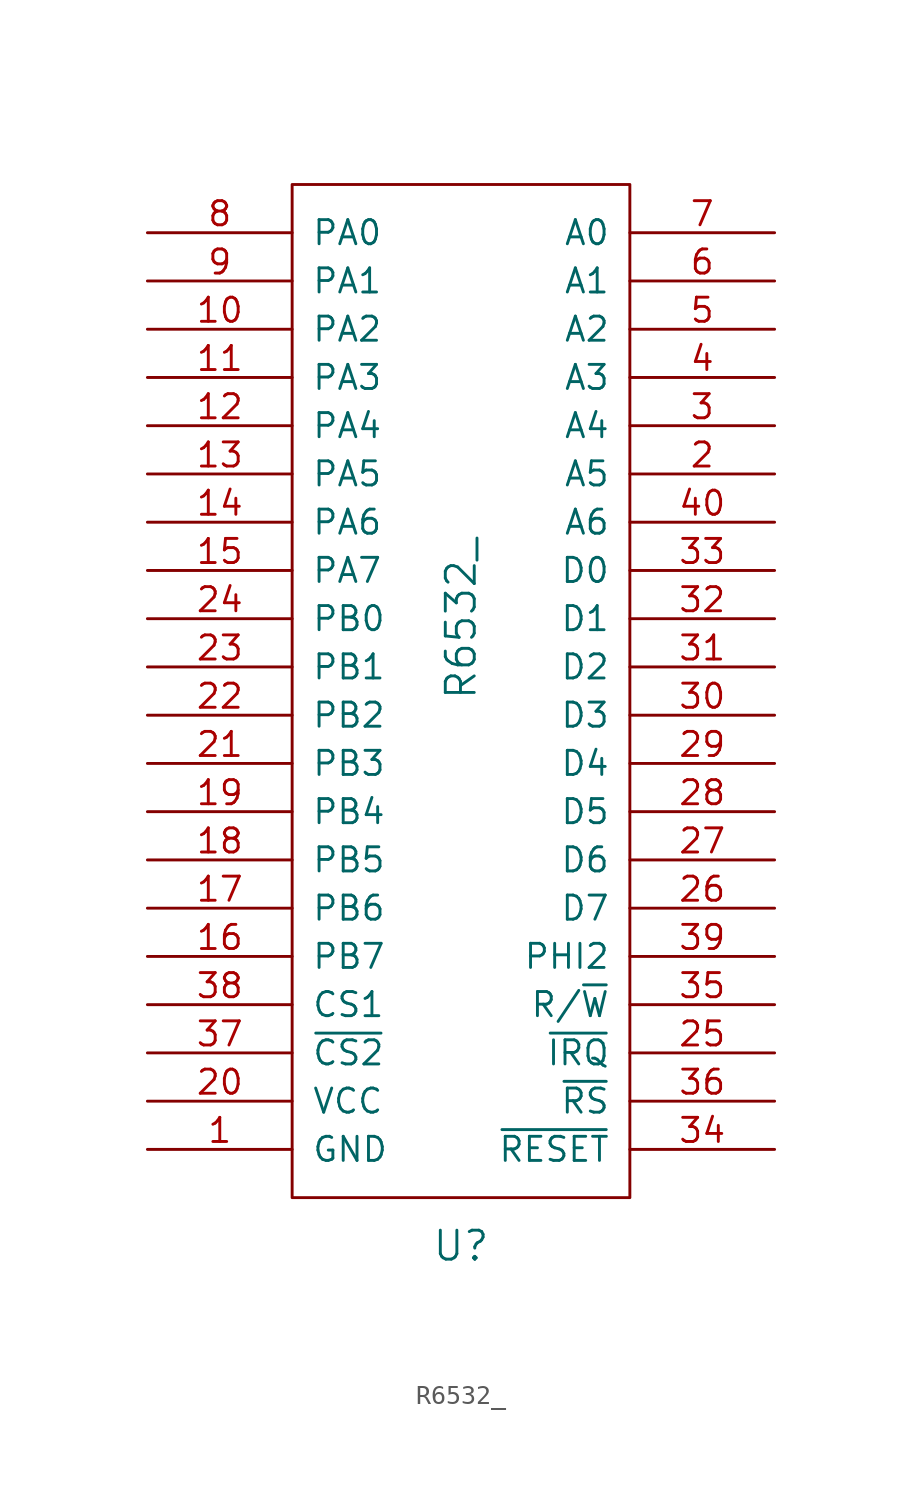
<source format=kicad_sym>
(kicad_symbol_lib
  (version 20211014)
  (generator kicad_symbol_editor)
  (symbol "R6532_"
    (pin_names
      (offset 1.016))
    (property "Reference" "U"
      (at 0 -29.21 0)
      (effects (font (size 1.524 1.524))))
    (property "Value" "R6532_"
      (at 0 3.81 90)
      (effects (font (size 1.524 1.524))))
    (property "Footprint" ""
      (at -12.7 24.13 0)
      (effects (font (size 1.524 1.524))))
    (property "Datasheet" ""
      (at -12.7 24.13 0)
      (effects (font (size 1.524 1.524))))
    (symbol "R6532__0_1"
      (rectangle (start -8.89 26.67) (end 8.89 -26.67) (stroke (width 0) (type default) (color 0 0 0 0)) (fill (type none))))
    (symbol "R6532__1_1"
      (pin output line (at -16.51 -24.13 0) (length 7.62) (name "GND" (effects (font (size 1.27 1.27)))) (number "1" (effects (font (size 1.27 1.27)))))
      (pin bidirectional line (at -16.51 19.05 0) (length 7.62) (name "PA2" (effects (font (size 1.27 1.27)))) (number "10" (effects (font (size 1.27 1.27)))))
      (pin bidirectional line (at -16.51 16.51 0) (length 7.62) (name "PA3" (effects (font (size 1.27 1.27)))) (number "11" (effects (font (size 1.27 1.27)))))
      (pin bidirectional line (at -16.51 13.97 0) (length 7.62) (name "PA4" (effects (font (size 1.27 1.27)))) (number "12" (effects (font (size 1.27 1.27)))))
      (pin bidirectional line (at -16.51 11.43 0) (length 7.62) (name "PA5" (effects (font (size 1.27 1.27)))) (number "13" (effects (font (size 1.27 1.27)))))
      (pin bidirectional line (at -16.51 8.89 0) (length 7.62) (name "PA6" (effects (font (size 1.27 1.27)))) (number "14" (effects (font (size 1.27 1.27)))))
      (pin bidirectional line (at -16.51 6.35 0) (length 7.62) (name "PA7" (effects (font (size 1.27 1.27)))) (number "15" (effects (font (size 1.27 1.27)))))
      (pin bidirectional line (at -16.51 -13.97 0) (length 7.62) (name "PB7" (effects (font (size 1.27 1.27)))) (number "16" (effects (font (size 1.27 1.27)))))
      (pin bidirectional line (at -16.51 -11.43 0) (length 7.62) (name "PB6" (effects (font (size 1.27 1.27)))) (number "17" (effects (font (size 1.27 1.27)))))
      (pin bidirectional line (at -16.51 -8.89 0) (length 7.62) (name "PB5" (effects (font (size 1.27 1.27)))) (number "18" (effects (font (size 1.27 1.27)))))
      (pin bidirectional line (at -16.51 -6.35 0) (length 7.62) (name "PB4" (effects (font (size 1.27 1.27)))) (number "19" (effects (font (size 1.27 1.27)))))
      (pin input line (at 16.51 11.43 180) (length 7.62) (name "A5" (effects (font (size 1.27 1.27)))) (number "2" (effects (font (size 1.27 1.27)))))
      (pin power_in line (at -16.51 -21.59 0) (length 7.62) (name "VCC" (effects (font (size 1.27 1.27)))) (number "20" (effects (font (size 1.27 1.27)))))
      (pin bidirectional line (at -16.51 -3.81 0) (length 7.62) (name "PB3" (effects (font (size 1.27 1.27)))) (number "21" (effects (font (size 1.27 1.27)))))
      (pin bidirectional line (at -16.51 -1.27 0) (length 7.62) (name "PB2" (effects (font (size 1.27 1.27)))) (number "22" (effects (font (size 1.27 1.27)))))
      (pin bidirectional line (at -16.51 1.27 0) (length 7.62) (name "PB1" (effects (font (size 1.27 1.27)))) (number "23" (effects (font (size 1.27 1.27)))))
      (pin bidirectional line (at -16.51 3.81 0) (length 7.62) (name "PB0" (effects (font (size 1.27 1.27)))) (number "24" (effects (font (size 1.27 1.27)))))
      (pin output line (at 16.51 -19.05 180) (length 7.62) (name "~{IRQ}" (effects (font (size 1.27 1.27)))) (number "25" (effects (font (size 1.27 1.27)))))
      (pin tri_state line (at 16.51 -11.43 180) (length 7.62) (name "D7" (effects (font (size 1.27 1.27)))) (number "26" (effects (font (size 1.27 1.27)))))
      (pin tri_state line (at 16.51 -8.89 180) (length 7.62) (name "D6" (effects (font (size 1.27 1.27)))) (number "27" (effects (font (size 1.27 1.27)))))
      (pin tri_state line (at 16.51 -6.35 180) (length 7.62) (name "D5" (effects (font (size 1.27 1.27)))) (number "28" (effects (font (size 1.27 1.27)))))
      (pin tri_state line (at 16.51 -3.81 180) (length 7.62) (name "D4" (effects (font (size 1.27 1.27)))) (number "29" (effects (font (size 1.27 1.27)))))
      (pin input line (at 16.51 13.97 180) (length 7.62) (name "A4" (effects (font (size 1.27 1.27)))) (number "3" (effects (font (size 1.27 1.27)))))
      (pin tri_state line (at 16.51 -1.27 180) (length 7.62) (name "D3" (effects (font (size 1.27 1.27)))) (number "30" (effects (font (size 1.27 1.27)))))
      (pin tri_state line (at 16.51 1.27 180) (length 7.62) (name "D2" (effects (font (size 1.27 1.27)))) (number "31" (effects (font (size 1.27 1.27)))))
      (pin tri_state line (at 16.51 3.81 180) (length 7.62) (name "D1" (effects (font (size 1.27 1.27)))) (number "32" (effects (font (size 1.27 1.27)))))
      (pin tri_state line (at 16.51 6.35 180) (length 7.62) (name "D0" (effects (font (size 1.27 1.27)))) (number "33" (effects (font (size 1.27 1.27)))))
      (pin input line (at 16.51 -24.13 180) (length 7.62) (name "~{RESET}" (effects (font (size 1.27 1.27)))) (number "34" (effects (font (size 1.27 1.27)))))
      (pin input line (at 16.51 -16.51 180) (length 7.62) (name "R/~{W}" (effects (font (size 1.27 1.27)))) (number "35" (effects (font (size 1.27 1.27)))))
      (pin input line (at 16.51 -21.59 180) (length 7.62) (name "~{RS}" (effects (font (size 1.27 1.27)))) (number "36" (effects (font (size 1.27 1.27)))))
      (pin input line (at -16.51 -19.05 0) (length 7.62) (name "~{CS2}" (effects (font (size 1.27 1.27)))) (number "37" (effects (font (size 1.27 1.27)))))
      (pin input line (at -16.51 -16.51 0) (length 7.62) (name "CS1" (effects (font (size 1.27 1.27)))) (number "38" (effects (font (size 1.27 1.27)))))
      (pin input line (at 16.51 -13.97 180) (length 7.62) (name "PHI2" (effects (font (size 1.27 1.27)))) (number "39" (effects (font (size 1.27 1.27)))))
      (pin input line (at 16.51 16.51 180) (length 7.62) (name "A3" (effects (font (size 1.27 1.27)))) (number "4" (effects (font (size 1.27 1.27)))))
      (pin input line (at 16.51 8.89 180) (length 7.62) (name "A6" (effects (font (size 1.27 1.27)))) (number "40" (effects (font (size 1.27 1.27)))))
      (pin input line (at 16.51 19.05 180) (length 7.62) (name "A2" (effects (font (size 1.27 1.27)))) (number "5" (effects (font (size 1.27 1.27)))))
      (pin input line (at 16.51 21.59 180) (length 7.62) (name "A1" (effects (font (size 1.27 1.27)))) (number "6" (effects (font (size 1.27 1.27)))))
      (pin input line (at 16.51 24.13 180) (length 7.62) (name "A0" (effects (font (size 1.27 1.27)))) (number "7" (effects (font (size 1.27 1.27)))))
      (pin bidirectional line (at -16.51 24.13 0) (length 7.62) (name "PA0" (effects (font (size 1.27 1.27)))) (number "8" (effects (font (size 1.27 1.27)))))
      (pin bidirectional line (at -16.51 21.59 0) (length 7.62) (name "PA1" (effects (font (size 1.27 1.27)))) (number "9" (effects (font (size 1.27 1.27))))))))
</source>
